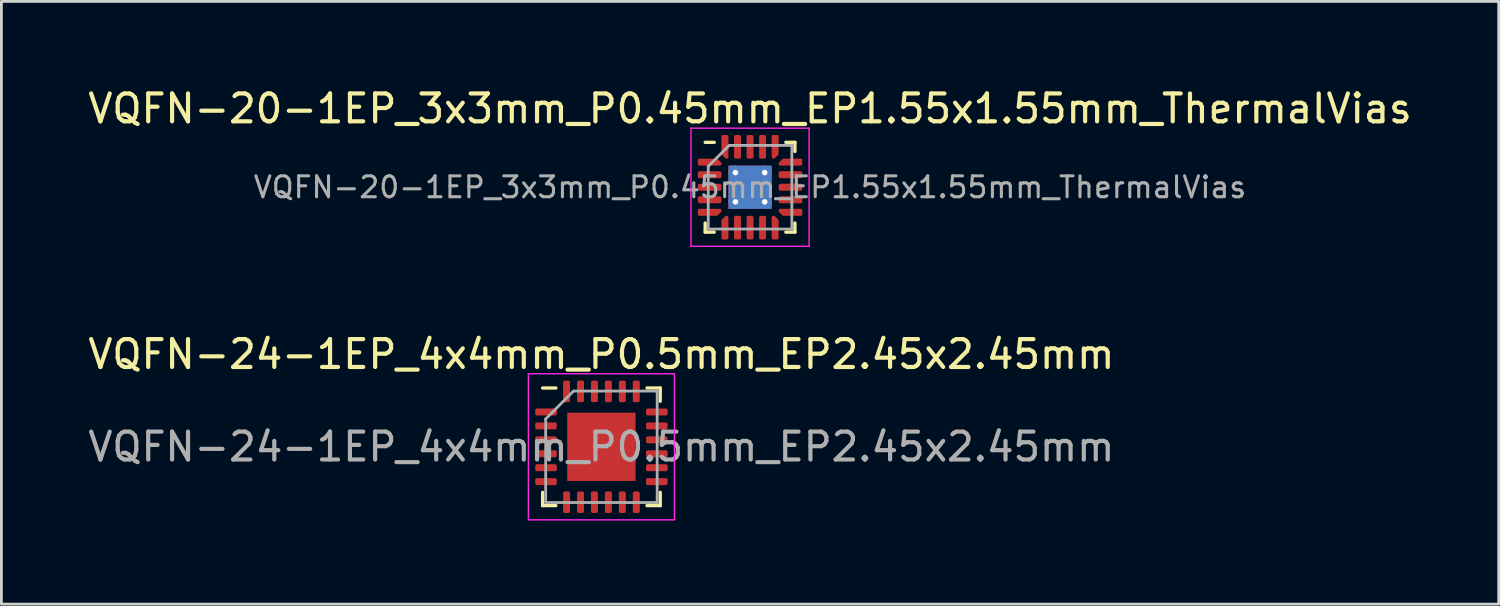
<source format=kicad_pcb>
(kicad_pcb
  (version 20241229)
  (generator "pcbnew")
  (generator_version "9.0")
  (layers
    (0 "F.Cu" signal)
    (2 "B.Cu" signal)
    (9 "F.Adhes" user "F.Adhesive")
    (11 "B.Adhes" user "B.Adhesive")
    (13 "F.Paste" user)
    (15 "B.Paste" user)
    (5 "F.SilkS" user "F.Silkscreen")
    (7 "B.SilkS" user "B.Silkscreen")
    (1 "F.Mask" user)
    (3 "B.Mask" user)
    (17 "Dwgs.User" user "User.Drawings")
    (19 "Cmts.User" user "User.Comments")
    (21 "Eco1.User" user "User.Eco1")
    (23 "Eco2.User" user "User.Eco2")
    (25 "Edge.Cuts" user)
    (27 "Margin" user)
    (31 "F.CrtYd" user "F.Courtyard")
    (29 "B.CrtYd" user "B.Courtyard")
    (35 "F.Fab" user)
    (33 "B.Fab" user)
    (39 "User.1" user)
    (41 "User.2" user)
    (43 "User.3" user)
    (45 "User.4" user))
  (footprint "VQFN-20-1EP_3x3mm_P0.45mm_EP1.55x1.55mm_ThermalVias"
    (layer "F.Cu")
    (at 23.863 3.668)
    (property "Reference" "VQFN-20-1EP_3x3mm_P0.45mm_EP1.55x1.55mm_ThermalVias" (at 0 -2.82 0) (layer "F.SilkS") (effects (font (size 1 1) (thickness 0.15))))
    (attr smd)
    (fp_line (start -1.61 1.61) (end -1.61 1.285) (stroke (width 0.12) (type solid)) (layer "F.SilkS"))
    (fp_line (start -1.285 -1.61) (end -1.61 -1.61) (stroke (width 0.12) (type solid)) (layer "F.SilkS"))
    (fp_line (start -1.285 1.61) (end -1.61 1.61) (stroke (width 0.12) (type solid)) (layer "F.SilkS"))
    (fp_line (start 1.285 -1.61) (end 1.61 -1.61) (stroke (width 0.12) (type solid)) (layer "F.SilkS"))
    (fp_line (start 1.285 1.61) (end 1.61 1.61) (stroke (width 0.12) (type solid)) (layer "F.SilkS"))
    (fp_line (start 1.61 -1.61) (end 1.61 -1.285) (stroke (width 0.12) (type solid)) (layer "F.SilkS"))
    (fp_line (start 1.61 1.61) (end 1.61 1.285) (stroke (width 0.12) (type solid)) (layer "F.SilkS"))
    (fp_line (start -2.12 -2.12) (end -2.12 2.12) (stroke (width 0.05) (type solid)) (layer "F.CrtYd"))
    (fp_line (start -2.12 2.12) (end 2.12 2.12) (stroke (width 0.05) (type solid)) (layer "F.CrtYd"))
    (fp_line (start 2.12 -2.12) (end -2.12 -2.12) (stroke (width 0.05) (type solid)) (layer "F.CrtYd"))
    (fp_line (start 2.12 2.12) (end 2.12 -2.12) (stroke (width 0.05) (type solid)) (layer "F.CrtYd"))
    (fp_line (start -1.5 -0.75) (end -0.75 -1.5) (stroke (width 0.1) (type solid)) (layer "F.Fab"))
    (fp_line (start -1.5 1.5) (end -1.5 -0.75) (stroke (width 0.1) (type solid)) (layer "F.Fab"))
    (fp_line (start -0.75 -1.5) (end 1.5 -1.5) (stroke (width 0.1) (type solid)) (layer "F.Fab"))
    (fp_line (start 1.5 -1.5) (end 1.5 1.5) (stroke (width 0.1) (type solid)) (layer "F.Fab"))
    (fp_line (start 1.5 1.5) (end -1.5 1.5) (stroke (width 0.1) (type solid)) (layer "F.Fab"))
    (fp_text user "${REFERENCE}" (at 0 0 0) (layer "F.Fab") (effects (font (size 0.75 0.75) (thickness 0.11))))
    (pad "" smd roundrect (at -0.39 -0.39) (size 0.67 0.67) (layers "F.Paste") (roundrect_rratio 0.25))
    (pad "" smd roundrect (at -0.39 0.39) (size 0.67 0.67) (layers "F.Paste") (roundrect_rratio 0.25))
    (pad "" smd roundrect (at 0.39 -0.39) (size 0.67 0.67) (layers "F.Paste") (roundrect_rratio 0.25))
    (pad "" smd roundrect (at 0.39 0.39) (size 0.67 0.67) (layers "F.Paste") (roundrect_rratio 0.25))
    (pad "1" smd custom (at -1.45 -0.9) (size 0.144 0.144) (layers "F.Cu" "F.Mask" "F.Paste") (options (anchor circle)) (primitives (gr_poly (pts (xy -0.375 -0.075) (xy 0.254 -0.075) (xy 0.375 0.046) (xy 0.375 0.075) (xy -0.375 0.075)) (width 0.1) (fill yes))))
    (pad "2" smd roundrect (at -1.45 -0.45) (size 0.85 0.25) (layers "F.Cu" "F.Mask" "F.Paste") (roundrect_rratio 0.25))
    (pad "3" smd roundrect (at -1.45 0) (size 0.85 0.25) (layers "F.Cu" "F.Mask" "F.Paste") (roundrect_rratio 0.25))
    (pad "4" smd roundrect (at -1.45 0.45) (size 0.85 0.25) (layers "F.Cu" "F.Mask" "F.Paste") (roundrect_rratio 0.25))
    (pad "5" smd custom (at -1.45 0.9) (size 0.144 0.144) (layers "F.Cu" "F.Mask" "F.Paste") (options (anchor circle)) (primitives (gr_poly (pts (xy -0.375 -0.075) (xy 0.375 -0.075) (xy 0.375 -0.046) (xy 0.254 0.075) (xy -0.375 0.075)) (width 0.1) (fill yes))))
    (pad "6" smd custom (at -0.9 1.45) (size 0.144 0.144) (layers "F.Cu" "F.Mask" "F.Paste") (options (anchor circle)) (primitives (gr_poly (pts (xy -0.075 -0.254) (xy 0.046 -0.375) (xy 0.075 -0.375) (xy 0.075 0.375) (xy -0.075 0.375)) (width 0.1) (fill yes))))
    (pad "7" smd roundrect (at -0.45 1.45) (size 0.25 0.85) (layers "F.Cu" "F.Mask" "F.Paste") (roundrect_rratio 0.25))
    (pad "8" smd roundrect (at 0 1.45) (size 0.25 0.85) (layers "F.Cu" "F.Mask" "F.Paste") (roundrect_rratio 0.25))
    (pad "9" smd roundrect (at 0.45 1.45) (size 0.25 0.85) (layers "F.Cu" "F.Mask" "F.Paste") (roundrect_rratio 0.25))
    (pad "10" smd custom (at 0.9 1.45) (size 0.144 0.144) (layers "F.Cu" "F.Mask" "F.Paste") (options (anchor circle)) (primitives (gr_poly (pts (xy -0.075 -0.375) (xy -0.046 -0.375) (xy 0.075 -0.254) (xy 0.075 0.375) (xy -0.075 0.375)) (width 0.1) (fill yes))))
    (pad "11" smd custom (at 1.45 0.9) (size 0.144 0.144) (layers "F.Cu" "F.Mask" "F.Paste") (options (anchor circle)) (primitives (gr_poly (pts (xy -0.375 -0.075) (xy 0.375 -0.075) (xy 0.375 0.075) (xy -0.254 0.075) (xy -0.375 -0.046)) (width 0.1) (fill yes))))
    (pad "12" smd roundrect (at 1.45 0.45) (size 0.85 0.25) (layers "F.Cu" "F.Mask" "F.Paste") (roundrect_rratio 0.25))
    (pad "13" smd roundrect (at 1.45 0) (size 0.85 0.25) (layers "F.Cu" "F.Mask" "F.Paste") (roundrect_rratio 0.25))
    (pad "14" smd roundrect (at 1.45 -0.45) (size 0.85 0.25) (layers "F.Cu" "F.Mask" "F.Paste") (roundrect_rratio 0.25))
    (pad "15" smd custom (at 1.45 -0.9) (size 0.144 0.144) (layers "F.Cu" "F.Mask" "F.Paste") (options (anchor circle)) (primitives (gr_poly (pts (xy -0.375 0.046) (xy -0.254 -0.075) (xy 0.375 -0.075) (xy 0.375 0.075) (xy -0.375 0.075)) (width 0.1) (fill yes))))
    (pad "16" smd custom (at 0.9 -1.45) (size 0.144 0.144) (layers "F.Cu" "F.Mask" "F.Paste") (options (anchor circle)) (primitives (gr_poly (pts (xy -0.075 -0.375) (xy 0.075 -0.375) (xy 0.075 0.254) (xy -0.046 0.375) (xy -0.075 0.375)) (width 0.1) (fill yes))))
    (pad "17" smd roundrect (at 0.45 -1.45) (size 0.25 0.85) (layers "F.Cu" "F.Mask" "F.Paste") (roundrect_rratio 0.25))
    (pad "18" smd roundrect (at 0 -1.45) (size 0.25 0.85) (layers "F.Cu" "F.Mask" "F.Paste") (roundrect_rratio 0.25))
    (pad "19" smd roundrect (at -0.45 -1.45) (size 0.25 0.85) (layers "F.Cu" "F.Mask" "F.Paste") (roundrect_rratio 0.25))
    (pad "20" smd custom (at -0.9 -1.45) (size 0.144 0.144) (layers "F.Cu" "F.Mask" "F.Paste") (options (anchor circle)) (primitives (gr_poly (pts (xy -0.075 -0.375) (xy 0.075 -0.375) (xy 0.075 0.375) (xy 0.046 0.375) (xy -0.075 0.254)) (width 0.1) (fill yes))))
    (pad "21" thru_hole circle (at -0.525 -0.525) (size 0.5 0.5) (drill 0.2) (layers "*.Cu"))
    (pad "21" thru_hole circle (at -0.525 0.525) (size 0.5 0.5) (drill 0.2) (layers "*.Cu"))
    (pad "21" smd rect (at 0 0) (size 1.55 1.55) (layers "F.Cu" "F.Mask"))
    (pad "21" smd rect (at 0 0) (size 1.55 1.55) (layers "B.Cu"))
    (pad "21" thru_hole circle (at 0.525 -0.525) (size 0.5 0.5) (drill 0.2) (layers "*.Cu"))
    (pad "21" thru_hole circle (at 0.525 0.525) (size 0.5 0.5) (drill 0.2) (layers "*.Cu")))
  (footprint "VQFN-24-1EP_4x4mm_P0.5mm_EP2.45x2.45mm"
    (layer "F.Cu")
    (at 18.53 12.982)
    (property "Reference" "VQFN-24-1EP_4x4mm_P0.5mm_EP2.45x2.45mm" (at 0 -3.32 0) (layer "F.SilkS") (effects (font (size 1 1) (thickness 0.15))))
    (attr smd)
    (fp_line (start -2.11 2.11) (end -2.11 1.635) (stroke (width 0.12) (type solid)) (layer "F.SilkS"))
    (fp_line (start -1.635 -2.11) (end -2.11 -2.11) (stroke (width 0.12) (type solid)) (layer "F.SilkS"))
    (fp_line (start -1.635 2.11) (end -2.11 2.11) (stroke (width 0.12) (type solid)) (layer "F.SilkS"))
    (fp_line (start 1.635 -2.11) (end 2.11 -2.11) (stroke (width 0.12) (type solid)) (layer "F.SilkS"))
    (fp_line (start 1.635 2.11) (end 2.11 2.11) (stroke (width 0.12) (type solid)) (layer "F.SilkS"))
    (fp_line (start 2.11 -2.11) (end 2.11 -1.635) (stroke (width 0.12) (type solid)) (layer "F.SilkS"))
    (fp_line (start 2.11 2.11) (end 2.11 1.635) (stroke (width 0.12) (type solid)) (layer "F.SilkS"))
    (fp_line (start -2.62 -2.62) (end -2.62 2.62) (stroke (width 0.05) (type solid)) (layer "F.CrtYd"))
    (fp_line (start -2.62 2.62) (end 2.62 2.62) (stroke (width 0.05) (type solid)) (layer "F.CrtYd"))
    (fp_line (start 2.62 -2.62) (end -2.62 -2.62) (stroke (width 0.05) (type solid)) (layer "F.CrtYd"))
    (fp_line (start 2.62 2.62) (end 2.62 -2.62) (stroke (width 0.05) (type solid)) (layer "F.CrtYd"))
    (fp_line (start -2 -1) (end -1 -2) (stroke (width 0.1) (type solid)) (layer "F.Fab"))
    (fp_line (start -2 2) (end -2 -1) (stroke (width 0.1) (type solid)) (layer "F.Fab"))
    (fp_line (start -1 -2) (end 2 -2) (stroke (width 0.1) (type solid)) (layer "F.Fab"))
    (fp_line (start 2 -2) (end 2 2) (stroke (width 0.1) (type solid)) (layer "F.Fab"))
    (fp_line (start 2 2) (end -2 2) (stroke (width 0.1) (type solid)) (layer "F.Fab"))
    (fp_text user "${REFERENCE}" (at 0 0 0) (layer "F.Fab") (effects (font (size 1 1) (thickness 0.15))))
    (pad "" smd roundrect (at -0.82 -0.82) (size 0.66 0.66) (layers "F.Paste") (roundrect_rratio 0.25))
    (pad "" smd roundrect (at -0.82 0) (size 0.66 0.66) (layers "F.Paste") (roundrect_rratio 0.25))
    (pad "" smd roundrect (at -0.82 0.82) (size 0.66 0.66) (layers "F.Paste") (roundrect_rratio 0.25))
    (pad "" smd roundrect (at 0 -0.82) (size 0.66 0.66) (layers "F.Paste") (roundrect_rratio 0.25))
    (pad "" smd roundrect (at 0 0) (size 0.66 0.66) (layers "F.Paste") (roundrect_rratio 0.25))
    (pad "" smd roundrect (at 0 0.82) (size 0.66 0.66) (layers "F.Paste") (roundrect_rratio 0.25))
    (pad "" smd roundrect (at 0.82 -0.82) (size 0.66 0.66) (layers "F.Paste") (roundrect_rratio 0.25))
    (pad "" smd roundrect (at 0.82 0) (size 0.66 0.66) (layers "F.Paste") (roundrect_rratio 0.25))
    (pad "" smd roundrect (at 0.82 0.82) (size 0.66 0.66) (layers "F.Paste") (roundrect_rratio 0.25))
    (pad "1" smd roundrect (at -1.988 -1.25) (size 0.775 0.25) (layers "F.Cu" "F.Mask" "F.Paste") (roundrect_rratio 0.25))
    (pad "2" smd roundrect (at -1.988 -0.75) (size 0.775 0.25) (layers "F.Cu" "F.Mask" "F.Paste") (roundrect_rratio 0.25))
    (pad "3" smd roundrect (at -1.988 -0.25) (size 0.775 0.25) (layers "F.Cu" "F.Mask" "F.Paste") (roundrect_rratio 0.25))
    (pad "4" smd roundrect (at -1.988 0.25) (size 0.775 0.25) (layers "F.Cu" "F.Mask" "F.Paste") (roundrect_rratio 0.25))
    (pad "5" smd roundrect (at -1.988 0.75) (size 0.775 0.25) (layers "F.Cu" "F.Mask" "F.Paste") (roundrect_rratio 0.25))
    (pad "6" smd roundrect (at -1.988 1.25) (size 0.775 0.25) (layers "F.Cu" "F.Mask" "F.Paste") (roundrect_rratio 0.25))
    (pad "7" smd roundrect (at -1.25 1.988) (size 0.25 0.775) (layers "F.Cu" "F.Mask" "F.Paste") (roundrect_rratio 0.25))
    (pad "8" smd roundrect (at -0.75 1.988) (size 0.25 0.775) (layers "F.Cu" "F.Mask" "F.Paste") (roundrect_rratio 0.25))
    (pad "9" smd roundrect (at -0.25 1.988) (size 0.25 0.775) (layers "F.Cu" "F.Mask" "F.Paste") (roundrect_rratio 0.25))
    (pad "10" smd roundrect (at 0.25 1.988) (size 0.25 0.775) (layers "F.Cu" "F.Mask" "F.Paste") (roundrect_rratio 0.25))
    (pad "11" smd roundrect (at 0.75 1.988) (size 0.25 0.775) (layers "F.Cu" "F.Mask" "F.Paste") (roundrect_rratio 0.25))
    (pad "12" smd roundrect (at 1.25 1.988) (size 0.25 0.775) (layers "F.Cu" "F.Mask" "F.Paste") (roundrect_rratio 0.25))
    (pad "13" smd roundrect (at 1.988 1.25) (size 0.775 0.25) (layers "F.Cu" "F.Mask" "F.Paste") (roundrect_rratio 0.25))
    (pad "14" smd roundrect (at 1.988 0.75) (size 0.775 0.25) (layers "F.Cu" "F.Mask" "F.Paste") (roundrect_rratio 0.25))
    (pad "15" smd roundrect (at 1.988 0.25) (size 0.775 0.25) (layers "F.Cu" "F.Mask" "F.Paste") (roundrect_rratio 0.25))
    (pad "16" smd roundrect (at 1.988 -0.25) (size 0.775 0.25) (layers "F.Cu" "F.Mask" "F.Paste") (roundrect_rratio 0.25))
    (pad "17" smd roundrect (at 1.988 -0.75) (size 0.775 0.25) (layers "F.Cu" "F.Mask" "F.Paste") (roundrect_rratio 0.25))
    (pad "18" smd roundrect (at 1.988 -1.25) (size 0.775 0.25) (layers "F.Cu" "F.Mask" "F.Paste") (roundrect_rratio 0.25))
    (pad "19" smd roundrect (at 1.25 -1.988) (size 0.25 0.775) (layers "F.Cu" "F.Mask" "F.Paste") (roundrect_rratio 0.25))
    (pad "20" smd roundrect (at 0.75 -1.988) (size 0.25 0.775) (layers "F.Cu" "F.Mask" "F.Paste") (roundrect_rratio 0.25))
    (pad "21" smd roundrect (at 0.25 -1.988) (size 0.25 0.775) (layers "F.Cu" "F.Mask" "F.Paste") (roundrect_rratio 0.25))
    (pad "22" smd roundrect (at -0.25 -1.988) (size 0.25 0.775) (layers "F.Cu" "F.Mask" "F.Paste") (roundrect_rratio 0.25))
    (pad "23" smd roundrect (at -0.75 -1.988) (size 0.25 0.775) (layers "F.Cu" "F.Mask" "F.Paste") (roundrect_rratio 0.25))
    (pad "24" smd roundrect (at -1.25 -1.988) (size 0.25 0.775) (layers "F.Cu" "F.Mask" "F.Paste") (roundrect_rratio 0.25))
    (pad "25" smd rect (at 0 0) (size 2.45 2.45) (layers "F.Cu" "F.Mask")))
  (gr_rect
    (start -3 -3)
    (end 50.726 18.627)
    (stroke (width 0.1) (type default))
    (fill no)
    (layer "Edge.Cuts")))
</source>
